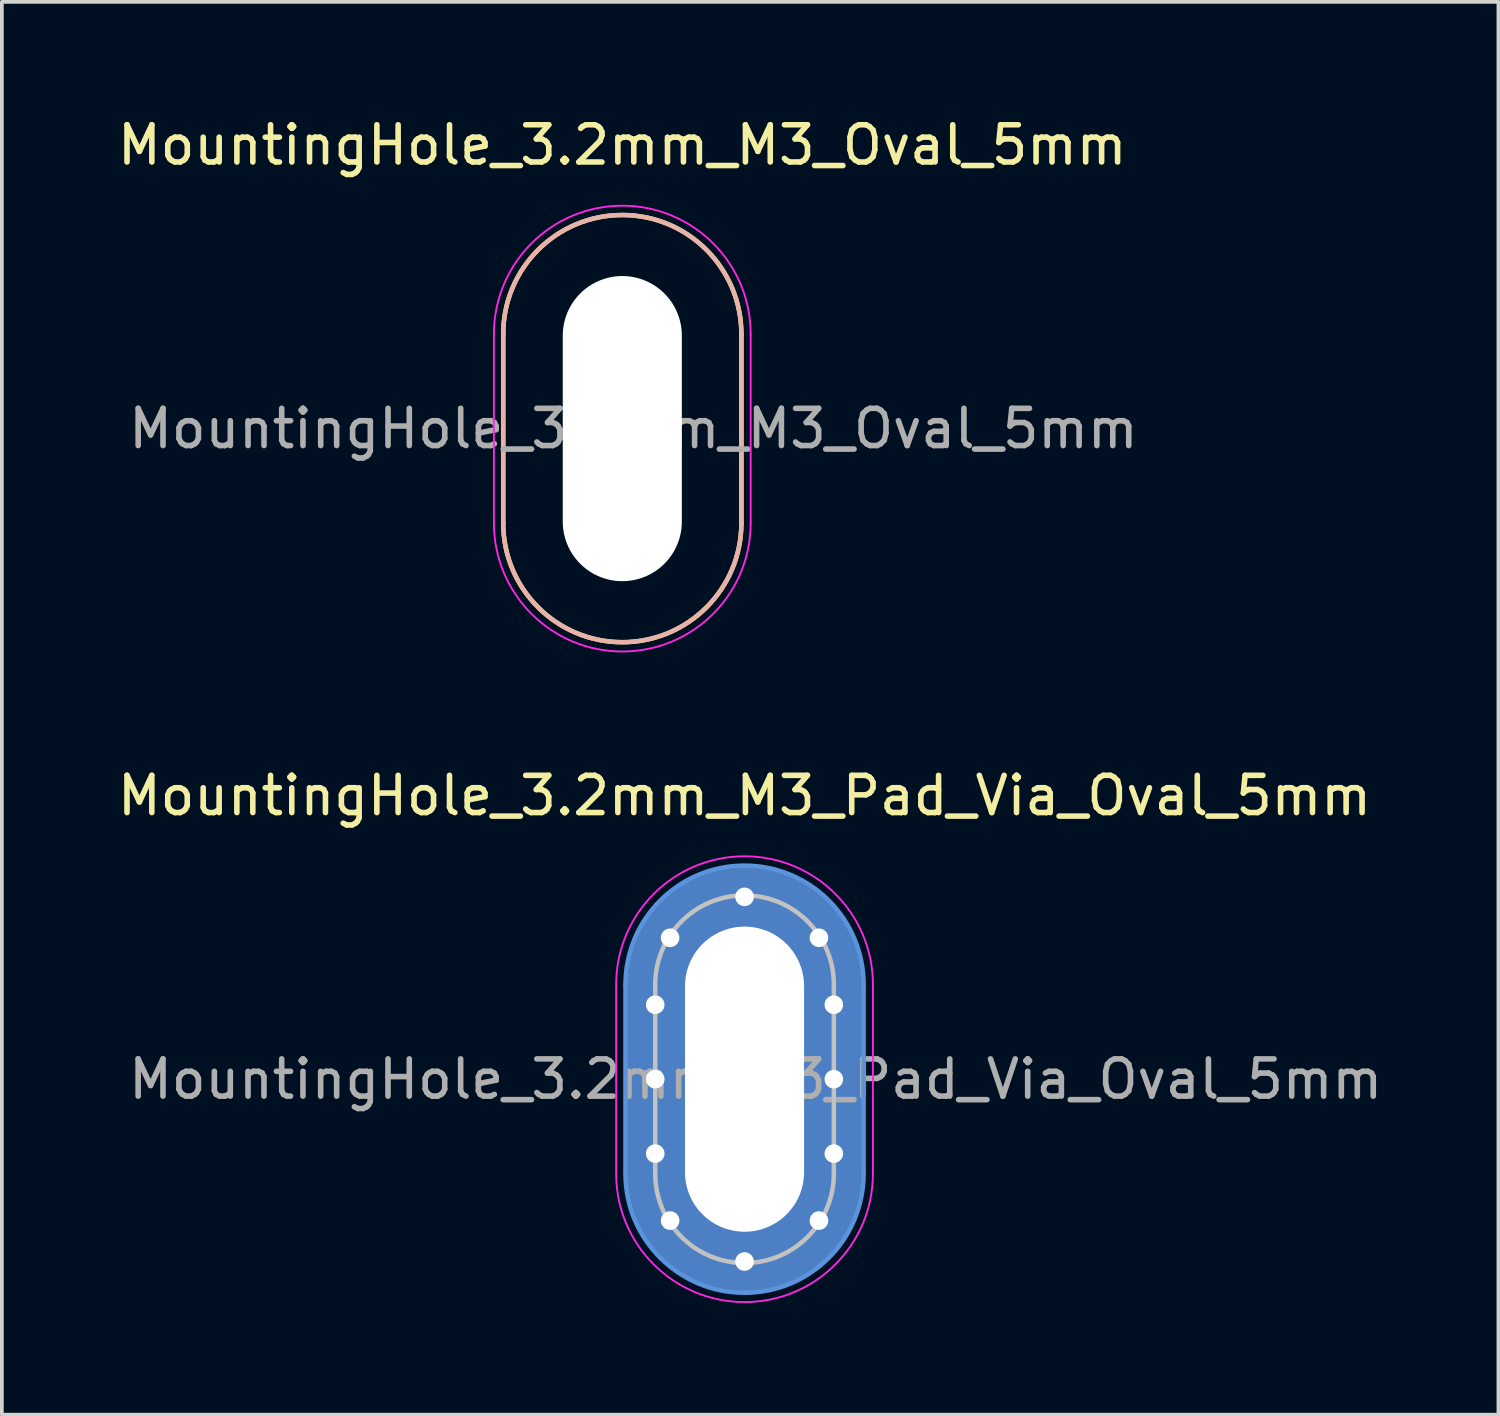
<source format=kicad_pcb>
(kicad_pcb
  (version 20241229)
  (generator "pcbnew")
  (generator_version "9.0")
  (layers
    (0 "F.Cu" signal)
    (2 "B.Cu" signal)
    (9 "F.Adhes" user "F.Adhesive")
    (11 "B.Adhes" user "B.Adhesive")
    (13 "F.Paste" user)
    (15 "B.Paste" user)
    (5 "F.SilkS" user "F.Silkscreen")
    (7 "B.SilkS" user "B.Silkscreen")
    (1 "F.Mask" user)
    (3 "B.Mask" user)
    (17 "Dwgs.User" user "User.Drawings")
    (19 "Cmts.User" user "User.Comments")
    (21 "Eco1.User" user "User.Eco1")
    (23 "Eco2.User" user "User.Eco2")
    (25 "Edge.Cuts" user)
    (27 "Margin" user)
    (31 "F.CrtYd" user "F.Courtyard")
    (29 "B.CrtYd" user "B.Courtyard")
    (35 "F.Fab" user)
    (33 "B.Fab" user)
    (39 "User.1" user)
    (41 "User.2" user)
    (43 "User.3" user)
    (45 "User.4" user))
  (footprint "MountingHole_3.2mm_M3_Pad_Via_Oval_5mm"
    (layer "F.Cu")
    (at 16.958 25.951)
    (property "Reference" "MountingHole_3.2mm_M3_Pad_Via_Oval_5mm" (at 0 -7.62 0) (layer "F.SilkS") (effects (font (size 1 1) (thickness 0.15))))
    (attr exclude_from_pos_files exclude_from_bom)
    (fp_line (start -2.4 -2.54) (end -2.4 2.54) (stroke (width 0.12) (type solid)) (layer "Dwgs.User"))
    (fp_line (start 2.4 -2.54) (end 2.4 2.54) (stroke (width 0.12) (type solid)) (layer "Dwgs.User"))
    (fp_arc (start -2.4 -2.54) (mid 0 -4.94) (end 2.4 -2.54) (stroke (width 0.12) (type solid)) (layer "Dwgs.User"))
    (fp_arc (start 2.4 2.54) (mid 0 4.94) (end -2.4 2.54) (stroke (width 0.12) (type solid)) (layer "Dwgs.User"))
    (fp_line (start -3.2 -2.54) (end -3.2 2.54) (stroke (width 0.12) (type solid)) (layer "Cmts.User"))
    (fp_line (start 3.2 -2.54) (end 3.2 2.54) (stroke (width 0.12) (type solid)) (layer "Cmts.User"))
    (fp_arc (start -3.2 -2.54) (mid 0 -5.74) (end 3.2 -2.54) (stroke (width 0.12) (type solid)) (layer "Cmts.User"))
    (fp_arc (start 3.2 2.54) (mid 0 5.74) (end -3.2 2.54) (stroke (width 0.12) (type solid)) (layer "Cmts.User"))
    (fp_line (start -3.45 -2.54) (end -3.45 2.54) (stroke (width 0.05) (type solid)) (layer "F.CrtYd"))
    (fp_line (start 3.45 -2.54) (end 3.45 2.54) (stroke (width 0.05) (type solid)) (layer "F.CrtYd"))
    (fp_arc (start -3.45 -2.54) (mid 0 -5.99) (end 3.45 -2.54) (stroke (width 0.05) (type solid)) (layer "F.CrtYd"))
    (fp_arc (start 3.45 2.54) (mid 0 5.99) (end -3.45 2.54) (stroke (width 0.05) (type solid)) (layer "F.CrtYd"))
    (fp_text user "${REFERENCE}" (at 0.3 0 0) (layer "F.Fab") (effects (font (size 1 1) (thickness 0.15))))
    (pad "1" thru_hole circle (at -2.4 -2) (size 0.8 0.8) (drill 0.5) (layers "*.Cu" "*.Mask"))
    (pad "1" thru_hole circle (at -2.4 0) (size 0.8 0.8) (drill 0.5) (layers "*.Cu" "*.Mask"))
    (pad "1" thru_hole circle (at -2.4 2) (size 0.8 0.8) (drill 0.5) (layers "*.Cu" "*.Mask"))
    (pad "1" thru_hole circle (at -2 -3.8) (size 0.8 0.8) (drill 0.5) (layers "*.Cu" "*.Mask"))
    (pad "1" thru_hole circle (at -2 3.8) (size 0.8 0.8) (drill 0.5) (layers "*.Cu" "*.Mask"))
    (pad "1" thru_hole circle (at 0 -4.9) (size 0.8 0.8) (drill 0.5) (layers "*.Cu" "*.Mask"))
    (pad "1" thru_hole oval (at 0 0) (size 6.4 11.4) (drill oval 3.2 8.2) (layers "*.Cu" "*.Mask"))
    (pad "1" thru_hole circle (at 0 4.9) (size 0.8 0.8) (drill 0.5) (layers "*.Cu" "*.Mask"))
    (pad "1" thru_hole circle (at 2 -3.8) (size 0.8 0.8) (drill 0.5) (layers "*.Cu" "*.Mask"))
    (pad "1" thru_hole circle (at 2 3.8) (size 0.8 0.8) (drill 0.5) (layers "*.Cu" "*.Mask"))
    (pad "1" thru_hole circle (at 2.4 -2) (size 0.8 0.8) (drill 0.5) (layers "*.Cu" "*.Mask"))
    (pad "1" thru_hole circle (at 2.4 0) (size 0.8 0.8) (drill 0.5) (layers "*.Cu" "*.Mask"))
    (pad "1" thru_hole circle (at 2.4 2) (size 0.8 0.8) (drill 0.5) (layers "*.Cu" "*.Mask")))
  (footprint "MountingHole_3.2mm_M3_Oval_5mm"
    (layer "F.Cu")
    (at 13.673 8.468)
    (property "Reference" "MountingHole_3.2mm_M3_Oval_5mm" (at 0 -7.62 0) (layer "F.SilkS") (effects (font (size 1 1) (thickness 0.15))))
    (attr exclude_from_pos_files exclude_from_bom)
    (fp_line (start -3.2 -2.54) (end -3.2 2.54) (stroke (width 0.12) (type solid)) (layer "F.SilkS"))
    (fp_line (start 3.2 -2.54) (end 3.2 2.54) (stroke (width 0.12) (type solid)) (layer "F.SilkS"))
    (fp_arc (start -3.2 -2.54) (mid 0 -5.74) (end 3.2 -2.54) (stroke (width 0.12) (type solid)) (layer "F.SilkS"))
    (fp_arc (start 3.2 2.54) (mid 0 5.74) (end -3.2 2.54) (stroke (width 0.12) (type solid)) (layer "F.SilkS"))
    (fp_line (start -3.2 -2.54) (end -3.2 2.54) (stroke (width 0.12) (type solid)) (layer "B.SilkS"))
    (fp_line (start 3.2 -2.54) (end 3.2 2.54) (stroke (width 0.12) (type solid)) (layer "B.SilkS"))
    (fp_arc (start -3.2 -2.54) (mid 0 -5.74) (end 3.2 -2.54) (stroke (width 0.12) (type solid)) (layer "B.SilkS"))
    (fp_arc (start 3.2 2.54) (mid 0 5.74) (end -3.2 2.54) (stroke (width 0.12) (type solid)) (layer "B.SilkS"))
    (fp_line (start -3.45 -2.54) (end -3.45 2.54) (stroke (width 0.05) (type solid)) (layer "F.CrtYd"))
    (fp_line (start 3.45 -2.54) (end 3.45 2.54) (stroke (width 0.05) (type solid)) (layer "F.CrtYd"))
    (fp_arc (start -3.45 -2.54) (mid 0 -5.99) (end 3.45 -2.54) (stroke (width 0.05) (type solid)) (layer "F.CrtYd"))
    (fp_arc (start 3.45 2.54) (mid 0 5.99) (end -3.45 2.54) (stroke (width 0.05) (type solid)) (layer "F.CrtYd"))
    (fp_text user "${REFERENCE}" (at 0.3 0 0) (layer "F.Fab") (effects (font (size 1 1) (thickness 0.15))))
    (pad "" np_thru_hole oval (at 0 0) (size 3.2 8.2) (drill oval 3.2 8.2) (layers "*.Cu" "*.Mask")))
  (gr_rect
    (start -3 -3)
    (end 37.217 34.967)
    (stroke (width 0.1) (type default))
    (fill no)
    (layer "Edge.Cuts")))
</source>
